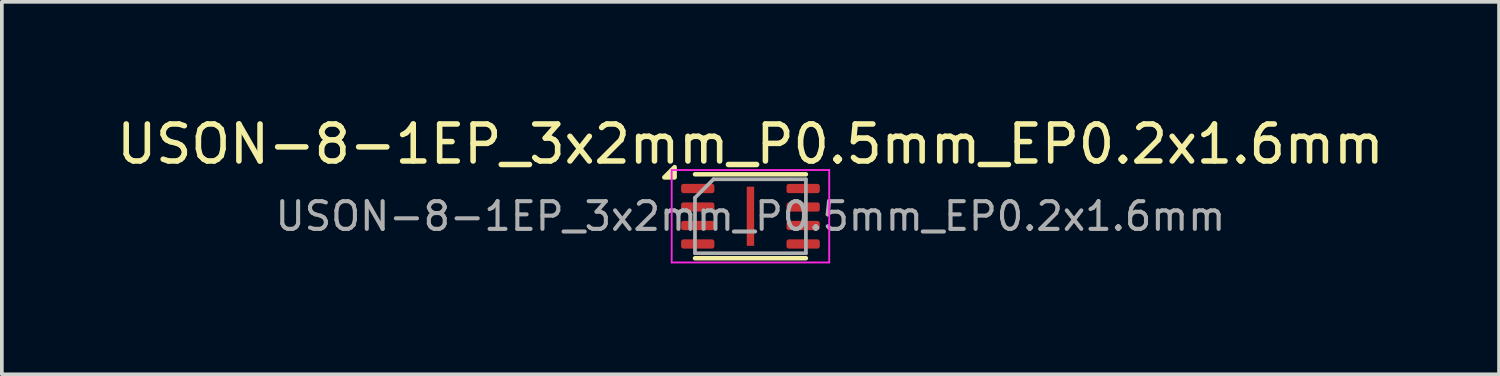
<source format=kicad_pcb>
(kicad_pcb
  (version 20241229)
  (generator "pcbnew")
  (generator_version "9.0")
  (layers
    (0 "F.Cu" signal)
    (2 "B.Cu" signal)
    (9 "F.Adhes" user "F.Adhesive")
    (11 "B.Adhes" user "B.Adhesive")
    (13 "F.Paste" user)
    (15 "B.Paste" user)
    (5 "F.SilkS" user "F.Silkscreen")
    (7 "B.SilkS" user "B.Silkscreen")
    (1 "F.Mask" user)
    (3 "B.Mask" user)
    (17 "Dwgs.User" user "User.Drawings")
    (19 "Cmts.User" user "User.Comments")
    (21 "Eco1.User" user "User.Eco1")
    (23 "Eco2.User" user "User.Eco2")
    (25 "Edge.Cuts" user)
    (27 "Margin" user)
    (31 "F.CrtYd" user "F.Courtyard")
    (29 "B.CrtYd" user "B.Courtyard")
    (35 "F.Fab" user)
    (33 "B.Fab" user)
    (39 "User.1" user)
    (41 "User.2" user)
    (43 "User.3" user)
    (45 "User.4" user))
  (footprint "USON-8-1EP_3x2mm_P0.5mm_EP0.2x1.6mm"
    (layer "F.Cu")
    (at 17.244 2.798)
    (property "Reference" "USON-8-1EP_3x2mm_P0.5mm_EP0.2x1.6mm" (at 0 -1.95 0) (layer "F.SilkS") (effects (font (size 1 1) (thickness 0.15))))
    (attr smd)
    (fp_line (start -1.5 -1.135) (end 1.5 -1.135) (stroke (width 0.12) (type solid)) (layer "F.SilkS"))
    (fp_line (start -1.5 1.135) (end 1.5 1.135) (stroke (width 0.12) (type solid)) (layer "F.SilkS"))
    (fp_poly (pts (xy -2.05 -1.05) (xy -2.33 -1.05) (xy -2.05 -1.33) (xy -2.05 -1.05)) (stroke (width 0.12) (type solid)) (fill yes) (layer "F.SilkS"))
    (fp_line (start -2.13 -1.25) (end -2.13 1.25) (stroke (width 0.05) (type solid)) (layer "F.CrtYd"))
    (fp_line (start -2.13 1.25) (end 2.13 1.25) (stroke (width 0.05) (type solid)) (layer "F.CrtYd"))
    (fp_line (start 2.13 -1.25) (end -2.13 -1.25) (stroke (width 0.05) (type solid)) (layer "F.CrtYd"))
    (fp_line (start 2.13 1.25) (end 2.13 -1.25) (stroke (width 0.05) (type solid)) (layer "F.CrtYd"))
    (fp_line (start -1.5 -0.5) (end -1 -1) (stroke (width 0.1) (type solid)) (layer "F.Fab"))
    (fp_line (start -1.5 1) (end -1.5 -0.5) (stroke (width 0.1) (type solid)) (layer "F.Fab"))
    (fp_line (start -1 -1) (end 1.5 -1) (stroke (width 0.1) (type solid)) (layer "F.Fab"))
    (fp_line (start 1.5 -1) (end 1.5 1) (stroke (width 0.1) (type solid)) (layer "F.Fab"))
    (fp_line (start 1.5 1) (end -1.5 1) (stroke (width 0.1) (type solid)) (layer "F.Fab"))
    (fp_text user "${REFERENCE}" (at 0 0 0) (layer "F.Fab") (effects (font (size 0.75 0.75) (thickness 0.11))))
    (pad "" smd roundrect (at 0 0) (size 0.16 1.29) (layers "F.Paste") (roundrect_rratio 0.25))
    (pad "1" smd roundrect (at -1.425 -0.75) (size 0.9 0.25) (layers "F.Cu" "F.Mask" "F.Paste") (roundrect_rratio 0.25))
    (pad "2" smd roundrect (at -1.425 -0.25) (size 0.9 0.25) (layers "F.Cu" "F.Mask" "F.Paste") (roundrect_rratio 0.25))
    (pad "3" smd roundrect (at -1.425 0.25) (size 0.9 0.25) (layers "F.Cu" "F.Mask" "F.Paste") (roundrect_rratio 0.25))
    (pad "4" smd roundrect (at -1.425 0.75) (size 0.9 0.25) (layers "F.Cu" "F.Mask" "F.Paste") (roundrect_rratio 0.25))
    (pad "5" smd roundrect (at 1.425 0.75) (size 0.9 0.25) (layers "F.Cu" "F.Mask" "F.Paste") (roundrect_rratio 0.25))
    (pad "6" smd roundrect (at 1.425 0.25) (size 0.9 0.25) (layers "F.Cu" "F.Mask" "F.Paste") (roundrect_rratio 0.25))
    (pad "7" smd roundrect (at 1.425 -0.25) (size 0.9 0.25) (layers "F.Cu" "F.Mask" "F.Paste") (roundrect_rratio 0.25))
    (pad "8" smd roundrect (at 1.425 -0.75) (size 0.9 0.25) (layers "F.Cu" "F.Mask" "F.Paste") (roundrect_rratio 0.25))
    (pad "9" smd rect (at 0 0) (size 0.2 1.6) (property pad_prop_heatsink) (layers "F.Cu" "F.Mask")))
  (gr_rect
    (start -3 -3)
    (end 37.488 7.073)
    (stroke (width 0.1) (type default))
    (fill no)
    (layer "Edge.Cuts")))
</source>
